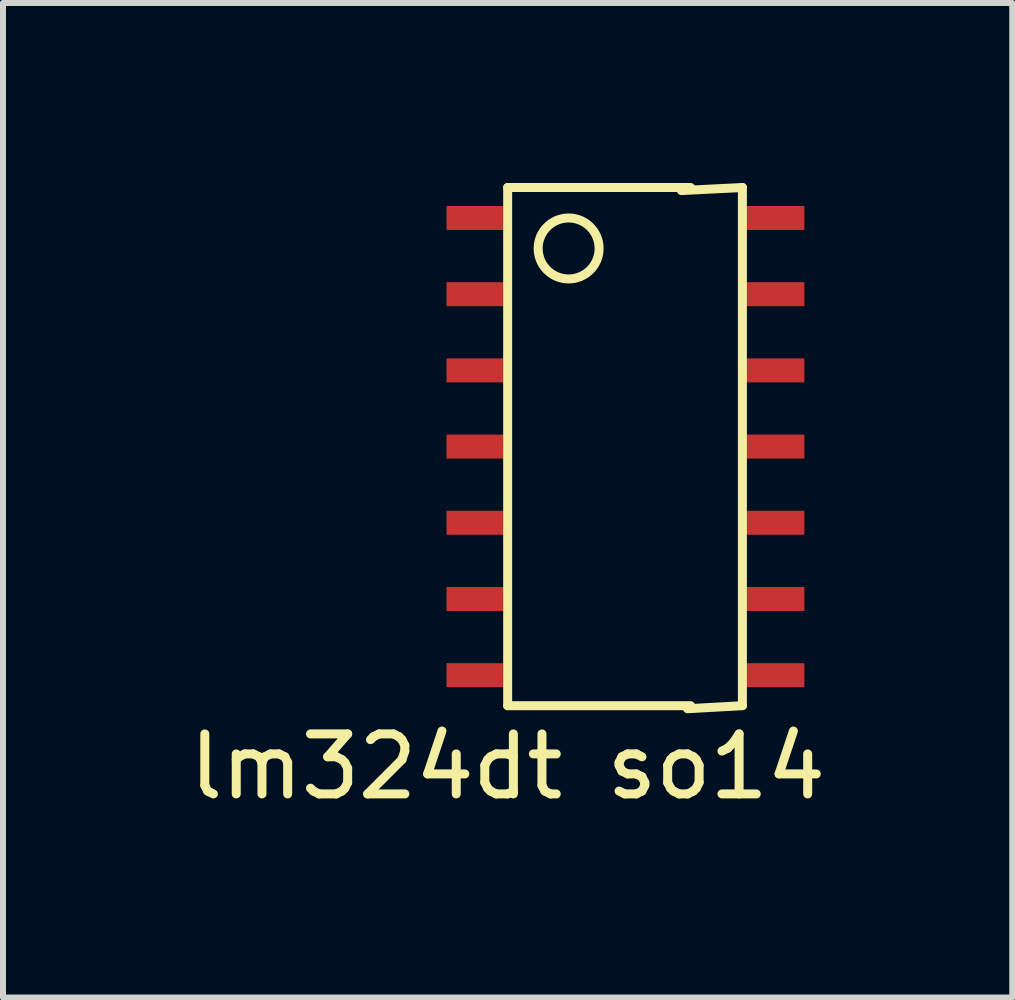
<source format=kicad_pcb>
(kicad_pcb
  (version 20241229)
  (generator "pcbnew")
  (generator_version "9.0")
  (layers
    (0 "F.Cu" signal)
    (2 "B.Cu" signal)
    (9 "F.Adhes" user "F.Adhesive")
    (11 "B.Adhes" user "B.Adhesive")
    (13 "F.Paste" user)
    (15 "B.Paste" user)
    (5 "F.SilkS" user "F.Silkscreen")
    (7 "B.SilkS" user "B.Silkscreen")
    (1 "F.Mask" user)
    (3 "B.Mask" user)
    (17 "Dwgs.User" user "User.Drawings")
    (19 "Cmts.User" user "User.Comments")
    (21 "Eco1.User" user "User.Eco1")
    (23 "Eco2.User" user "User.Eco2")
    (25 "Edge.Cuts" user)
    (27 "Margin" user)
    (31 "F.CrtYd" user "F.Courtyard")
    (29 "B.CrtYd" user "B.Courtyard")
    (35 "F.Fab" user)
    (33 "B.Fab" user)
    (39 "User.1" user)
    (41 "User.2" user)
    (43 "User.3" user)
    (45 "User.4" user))
  (footprint "lm324dt so14"
    (layer "F.Cu")
    (at 8.967 0.583)
    (property "Reference" "lm324dt so14" (at -3.556 9.144 0) (layer "F.SilkS") (effects (font (size 1 1) (thickness 0.15))))
    (attr through_hole)
    (fp_line (start -3.556 -0.508) (end -3.556 8.128) (stroke (width 0.15) (type solid)) (layer "F.SilkS"))
    (fp_line (start -3.556 8.128) (end -0.508 8.128) (stroke (width 0.15) (type solid)) (layer "F.SilkS"))
    (fp_line (start -0.66 -0.457) (end 0.356 -0.508) (stroke (width 0.15) (type solid)) (layer "F.SilkS"))
    (fp_line (start -0.559 8.179) (end 0.356 8.128) (stroke (width 0.15) (type solid)) (layer "F.SilkS"))
    (fp_line (start -0.508 -0.508) (end -3.556 -0.508) (stroke (width 0.15) (type solid)) (layer "F.SilkS"))
    (fp_line (start 0.356 8.128) (end 0.356 -0.508) (stroke (width 0.15) (type solid)) (layer "F.SilkS"))
    (fp_circle (center -2.54 0.508) (end -3.048 0.508) (stroke (width 0.15) (type solid)) (fill no) (layer "F.SilkS"))
    (pad "1" smd rect (at -4.05 0) (size 1.05 0.4) (layers "F.Cu" "F.Mask" "F.Paste"))
    (pad "2" smd rect (at -4.05 1.27) (size 1.05 0.4) (layers "F.Cu" "F.Mask" "F.Paste"))
    (pad "3" smd rect (at -4.05 2.54) (size 1.05 0.4) (layers "F.Cu" "F.Mask" "F.Paste"))
    (pad "4" smd rect (at -4.05 3.81) (size 1.05 0.4) (layers "F.Cu" "F.Mask" "F.Paste"))
    (pad "5" smd rect (at -4.05 5.08) (size 1.05 0.4) (layers "F.Cu" "F.Mask" "F.Paste"))
    (pad "6" smd rect (at -4.05 6.35) (size 1.05 0.4) (layers "F.Cu" "F.Mask" "F.Paste"))
    (pad "7" smd rect (at -4.05 7.62) (size 1.05 0.4) (layers "F.Cu" "F.Mask" "F.Paste"))
    (pad "8" smd rect (at 0.864 7.62) (size 1.05 0.4) (layers "F.Cu" "F.Mask" "F.Paste"))
    (pad "9" smd rect (at 0.864 6.35) (size 1.05 0.4) (layers "F.Cu" "F.Mask" "F.Paste"))
    (pad "10" smd rect (at 0.864 5.08) (size 1.05 0.4) (layers "F.Cu" "F.Mask" "F.Paste"))
    (pad "11" smd rect (at 0.864 3.81) (size 1.05 0.4) (layers "F.Cu" "F.Mask" "F.Paste"))
    (pad "12" smd rect (at 0.864 2.54) (size 1.05 0.4) (layers "F.Cu" "F.Mask" "F.Paste"))
    (pad "13" smd rect (at 0.864 1.27) (size 1.05 0.4) (layers "F.Cu" "F.Mask" "F.Paste"))
    (pad "14" smd rect (at 0.864 0) (size 1.05 0.4) (layers "F.Cu" "F.Mask" "F.Paste")))
  (gr_rect
    (start -3 -3)
    (end 13.821 13.575)
    (stroke (width 0.1) (type default))
    (fill no)
    (layer "Edge.Cuts")))
</source>
